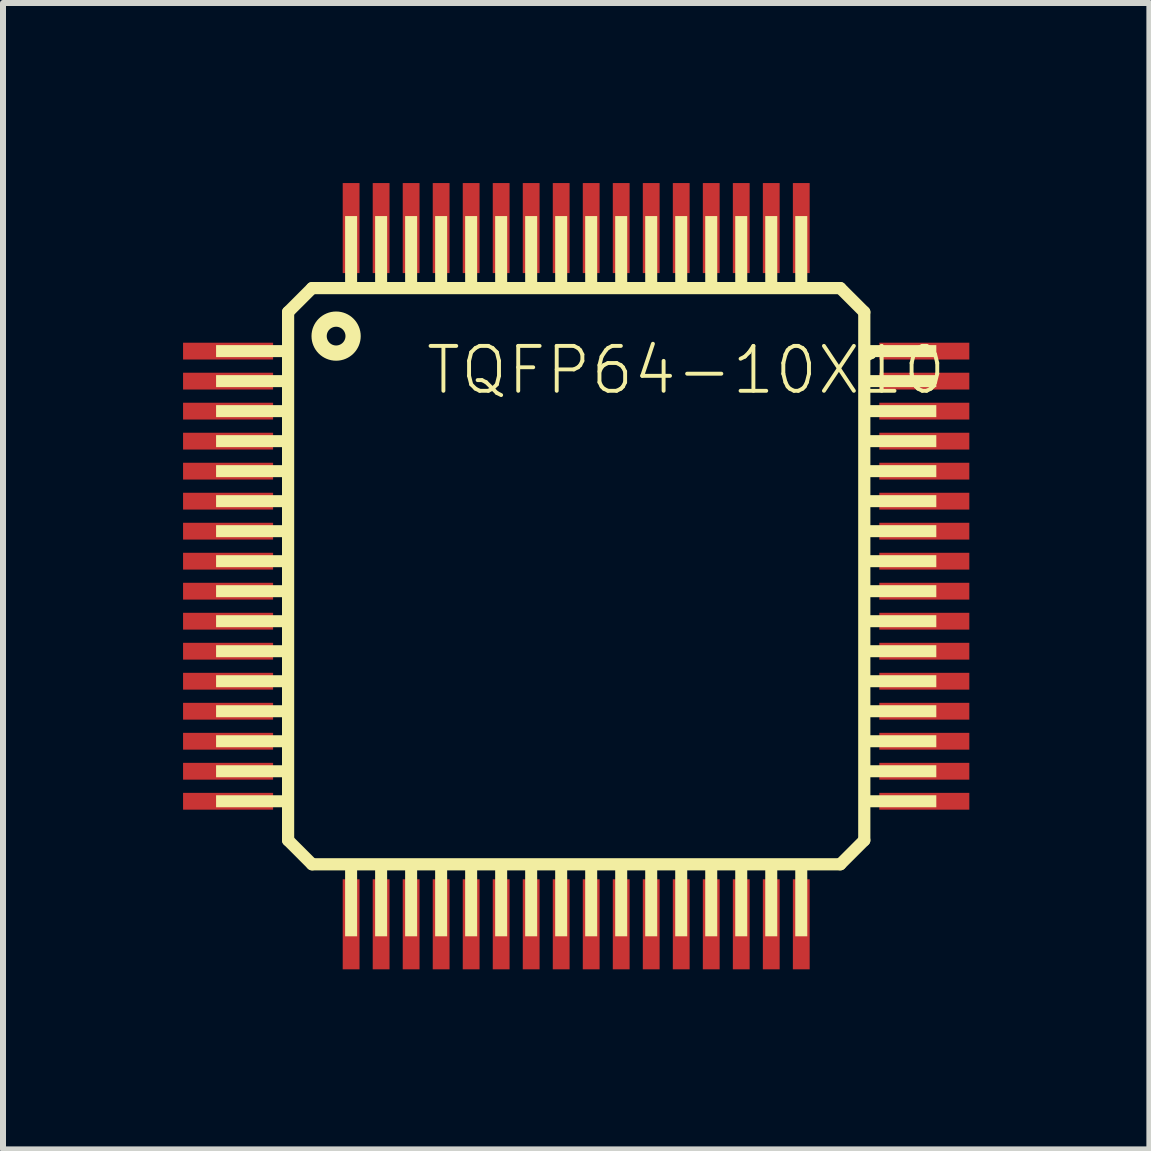
<source format=kicad_pcb>
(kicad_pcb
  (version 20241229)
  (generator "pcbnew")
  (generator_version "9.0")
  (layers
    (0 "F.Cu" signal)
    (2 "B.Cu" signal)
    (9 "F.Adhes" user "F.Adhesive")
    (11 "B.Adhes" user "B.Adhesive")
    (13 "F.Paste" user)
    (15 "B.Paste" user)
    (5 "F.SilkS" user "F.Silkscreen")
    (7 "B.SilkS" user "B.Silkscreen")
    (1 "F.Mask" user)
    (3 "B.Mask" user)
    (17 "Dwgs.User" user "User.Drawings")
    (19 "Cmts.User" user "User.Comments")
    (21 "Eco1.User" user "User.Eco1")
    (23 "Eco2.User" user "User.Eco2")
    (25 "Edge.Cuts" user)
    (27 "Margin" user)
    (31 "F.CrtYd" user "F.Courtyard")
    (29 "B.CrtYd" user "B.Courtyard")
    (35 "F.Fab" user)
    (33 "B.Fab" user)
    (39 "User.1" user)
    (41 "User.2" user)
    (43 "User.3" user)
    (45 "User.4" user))
  (footprint "TQFP64-10X10"
    (layer "F.Cu")
    (at 6.55 6.55)
    (property "Reference" "TQFP64-10X10" (at -2.54 -2.994 0) (layer "F.SilkS") (effects (font (size 0.748 0.748) (thickness 0.065)) (justify left bottom)))
    (fp_line (start -4.8 -4.4) (end -4.4 -4.8) (stroke (width 0.203) (type solid)) (layer "F.SilkS"))
    (fp_line (start -4.8 4.4) (end -4.8 -4.4) (stroke (width 0.203) (type solid)) (layer "F.SilkS"))
    (fp_line (start -4.4 -4.8) (end 4.4 -4.8) (stroke (width 0.203) (type solid)) (layer "F.SilkS"))
    (fp_line (start -4.4 4.8) (end -4.8 4.4) (stroke (width 0.203) (type solid)) (layer "F.SilkS"))
    (fp_line (start 4.4 -4.8) (end 4.8 -4.4) (stroke (width 0.203) (type solid)) (layer "F.SilkS"))
    (fp_line (start 4.4 4.8) (end -4.4 4.8) (stroke (width 0.203) (type solid)) (layer "F.SilkS"))
    (fp_line (start 4.8 -4.4) (end 4.8 4.4) (stroke (width 0.203) (type solid)) (layer "F.SilkS"))
    (fp_line (start 4.8 4.4) (end 4.4 4.8) (stroke (width 0.203) (type solid)) (layer "F.SilkS"))
    (fp_circle (center -4 -4) (end -3.717 -4) (stroke (width 0.254) (type solid)) (fill no) (layer "F.SilkS"))
    (fp_poly (pts (xy -6 -3.65) (xy -4.8 -3.65) (xy -4.8 -3.85) (xy -6 -3.85)) (stroke (width 0) (type solid)) (fill yes) (layer "F.SilkS"))
    (fp_poly (pts (xy -6 -3.15) (xy -4.8 -3.15) (xy -4.8 -3.35) (xy -6 -3.35)) (stroke (width 0) (type solid)) (fill yes) (layer "F.SilkS"))
    (fp_poly (pts (xy -6 -2.65) (xy -4.8 -2.65) (xy -4.8 -2.85) (xy -6 -2.85)) (stroke (width 0) (type solid)) (fill yes) (layer "F.SilkS"))
    (fp_poly (pts (xy -6 -2.15) (xy -4.8 -2.15) (xy -4.8 -2.35) (xy -6 -2.35)) (stroke (width 0) (type solid)) (fill yes) (layer "F.SilkS"))
    (fp_poly (pts (xy -6 -1.65) (xy -4.8 -1.65) (xy -4.8 -1.85) (xy -6 -1.85)) (stroke (width 0) (type solid)) (fill yes) (layer "F.SilkS"))
    (fp_poly (pts (xy -6 -1.15) (xy -4.8 -1.15) (xy -4.8 -1.35) (xy -6 -1.35)) (stroke (width 0) (type solid)) (fill yes) (layer "F.SilkS"))
    (fp_poly (pts (xy -6 -0.65) (xy -4.8 -0.65) (xy -4.8 -0.85) (xy -6 -0.85)) (stroke (width 0) (type solid)) (fill yes) (layer "F.SilkS"))
    (fp_poly (pts (xy -6 -0.15) (xy -4.8 -0.15) (xy -4.8 -0.35) (xy -6 -0.35)) (stroke (width 0) (type solid)) (fill yes) (layer "F.SilkS"))
    (fp_poly (pts (xy -6 0.35) (xy -4.8 0.35) (xy -4.8 0.15) (xy -6 0.15)) (stroke (width 0) (type solid)) (fill yes) (layer "F.SilkS"))
    (fp_poly (pts (xy -6 0.85) (xy -4.8 0.85) (xy -4.8 0.65) (xy -6 0.65)) (stroke (width 0) (type solid)) (fill yes) (layer "F.SilkS"))
    (fp_poly (pts (xy -6 1.35) (xy -4.8 1.35) (xy -4.8 1.15) (xy -6 1.15)) (stroke (width 0) (type solid)) (fill yes) (layer "F.SilkS"))
    (fp_poly (pts (xy -6 1.85) (xy -4.8 1.85) (xy -4.8 1.65) (xy -6 1.65)) (stroke (width 0) (type solid)) (fill yes) (layer "F.SilkS"))
    (fp_poly (pts (xy -6 2.35) (xy -4.8 2.35) (xy -4.8 2.15) (xy -6 2.15)) (stroke (width 0) (type solid)) (fill yes) (layer "F.SilkS"))
    (fp_poly (pts (xy -6 2.85) (xy -4.8 2.85) (xy -4.8 2.65) (xy -6 2.65)) (stroke (width 0) (type solid)) (fill yes) (layer "F.SilkS"))
    (fp_poly (pts (xy -6 3.35) (xy -4.8 3.35) (xy -4.8 3.15) (xy -6 3.15)) (stroke (width 0) (type solid)) (fill yes) (layer "F.SilkS"))
    (fp_poly (pts (xy -6 3.85) (xy -4.8 3.85) (xy -4.8 3.65) (xy -6 3.65)) (stroke (width 0) (type solid)) (fill yes) (layer "F.SilkS"))
    (fp_poly (pts (xy -3.85 -4.8) (xy -3.65 -4.8) (xy -3.65 -6) (xy -3.85 -6)) (stroke (width 0) (type solid)) (fill yes) (layer "F.SilkS"))
    (fp_poly (pts (xy -3.85 6) (xy -3.65 6) (xy -3.65 4.8) (xy -3.85 4.8)) (stroke (width 0) (type solid)) (fill yes) (layer "F.SilkS"))
    (fp_poly (pts (xy -3.35 -4.8) (xy -3.15 -4.8) (xy -3.15 -6) (xy -3.35 -6)) (stroke (width 0) (type solid)) (fill yes) (layer "F.SilkS"))
    (fp_poly (pts (xy -3.35 6) (xy -3.15 6) (xy -3.15 4.8) (xy -3.35 4.8)) (stroke (width 0) (type solid)) (fill yes) (layer "F.SilkS"))
    (fp_poly (pts (xy -2.85 -4.8) (xy -2.65 -4.8) (xy -2.65 -6) (xy -2.85 -6)) (stroke (width 0) (type solid)) (fill yes) (layer "F.SilkS"))
    (fp_poly (pts (xy -2.85 6) (xy -2.65 6) (xy -2.65 4.8) (xy -2.85 4.8)) (stroke (width 0) (type solid)) (fill yes) (layer "F.SilkS"))
    (fp_poly (pts (xy -2.35 -4.8) (xy -2.15 -4.8) (xy -2.15 -6) (xy -2.35 -6)) (stroke (width 0) (type solid)) (fill yes) (layer "F.SilkS"))
    (fp_poly (pts (xy -2.35 6) (xy -2.15 6) (xy -2.15 4.8) (xy -2.35 4.8)) (stroke (width 0) (type solid)) (fill yes) (layer "F.SilkS"))
    (fp_poly (pts (xy -1.85 -4.8) (xy -1.65 -4.8) (xy -1.65 -6) (xy -1.85 -6)) (stroke (width 0) (type solid)) (fill yes) (layer "F.SilkS"))
    (fp_poly (pts (xy -1.85 6) (xy -1.65 6) (xy -1.65 4.8) (xy -1.85 4.8)) (stroke (width 0) (type solid)) (fill yes) (layer "F.SilkS"))
    (fp_poly (pts (xy -1.35 -4.8) (xy -1.15 -4.8) (xy -1.15 -6) (xy -1.35 -6)) (stroke (width 0) (type solid)) (fill yes) (layer "F.SilkS"))
    (fp_poly (pts (xy -1.35 6) (xy -1.15 6) (xy -1.15 4.8) (xy -1.35 4.8)) (stroke (width 0) (type solid)) (fill yes) (layer "F.SilkS"))
    (fp_poly (pts (xy -0.85 -4.8) (xy -0.65 -4.8) (xy -0.65 -6) (xy -0.85 -6)) (stroke (width 0) (type solid)) (fill yes) (layer "F.SilkS"))
    (fp_poly (pts (xy -0.85 6) (xy -0.65 6) (xy -0.65 4.8) (xy -0.85 4.8)) (stroke (width 0) (type solid)) (fill yes) (layer "F.SilkS"))
    (fp_poly (pts (xy -0.35 -4.8) (xy -0.15 -4.8) (xy -0.15 -6) (xy -0.35 -6)) (stroke (width 0) (type solid)) (fill yes) (layer "F.SilkS"))
    (fp_poly (pts (xy -0.35 6) (xy -0.15 6) (xy -0.15 4.8) (xy -0.35 4.8)) (stroke (width 0) (type solid)) (fill yes) (layer "F.SilkS"))
    (fp_poly (pts (xy 0.15 -4.8) (xy 0.35 -4.8) (xy 0.35 -6) (xy 0.15 -6)) (stroke (width 0) (type solid)) (fill yes) (layer "F.SilkS"))
    (fp_poly (pts (xy 0.15 6) (xy 0.35 6) (xy 0.35 4.8) (xy 0.15 4.8)) (stroke (width 0) (type solid)) (fill yes) (layer "F.SilkS"))
    (fp_poly (pts (xy 0.65 -4.8) (xy 0.85 -4.8) (xy 0.85 -6) (xy 0.65 -6)) (stroke (width 0) (type solid)) (fill yes) (layer "F.SilkS"))
    (fp_poly (pts (xy 0.65 6) (xy 0.85 6) (xy 0.85 4.8) (xy 0.65 4.8)) (stroke (width 0) (type solid)) (fill yes) (layer "F.SilkS"))
    (fp_poly (pts (xy 1.15 -4.8) (xy 1.35 -4.8) (xy 1.35 -6) (xy 1.15 -6)) (stroke (width 0) (type solid)) (fill yes) (layer "F.SilkS"))
    (fp_poly (pts (xy 1.15 6) (xy 1.35 6) (xy 1.35 4.8) (xy 1.15 4.8)) (stroke (width 0) (type solid)) (fill yes) (layer "F.SilkS"))
    (fp_poly (pts (xy 1.65 -4.8) (xy 1.85 -4.8) (xy 1.85 -6) (xy 1.65 -6)) (stroke (width 0) (type solid)) (fill yes) (layer "F.SilkS"))
    (fp_poly (pts (xy 1.65 6) (xy 1.85 6) (xy 1.85 4.8) (xy 1.65 4.8)) (stroke (width 0) (type solid)) (fill yes) (layer "F.SilkS"))
    (fp_poly (pts (xy 2.15 -4.8) (xy 2.35 -4.8) (xy 2.35 -6) (xy 2.15 -6)) (stroke (width 0) (type solid)) (fill yes) (layer "F.SilkS"))
    (fp_poly (pts (xy 2.15 6) (xy 2.35 6) (xy 2.35 4.8) (xy 2.15 4.8)) (stroke (width 0) (type solid)) (fill yes) (layer "F.SilkS"))
    (fp_poly (pts (xy 2.65 -4.8) (xy 2.85 -4.8) (xy 2.85 -6) (xy 2.65 -6)) (stroke (width 0) (type solid)) (fill yes) (layer "F.SilkS"))
    (fp_poly (pts (xy 2.65 6) (xy 2.85 6) (xy 2.85 4.8) (xy 2.65 4.8)) (stroke (width 0) (type solid)) (fill yes) (layer "F.SilkS"))
    (fp_poly (pts (xy 3.15 -4.8) (xy 3.35 -4.8) (xy 3.35 -6) (xy 3.15 -6)) (stroke (width 0) (type solid)) (fill yes) (layer "F.SilkS"))
    (fp_poly (pts (xy 3.15 6) (xy 3.35 6) (xy 3.35 4.8) (xy 3.15 4.8)) (stroke (width 0) (type solid)) (fill yes) (layer "F.SilkS"))
    (fp_poly (pts (xy 3.65 -4.8) (xy 3.85 -4.8) (xy 3.85 -6) (xy 3.65 -6)) (stroke (width 0) (type solid)) (fill yes) (layer "F.SilkS"))
    (fp_poly (pts (xy 3.65 6) (xy 3.85 6) (xy 3.85 4.8) (xy 3.65 4.8)) (stroke (width 0) (type solid)) (fill yes) (layer "F.SilkS"))
    (fp_poly (pts (xy 4.8 -3.65) (xy 6 -3.65) (xy 6 -3.85) (xy 4.8 -3.85)) (stroke (width 0) (type solid)) (fill yes) (layer "F.SilkS"))
    (fp_poly (pts (xy 4.8 -3.15) (xy 6 -3.15) (xy 6 -3.35) (xy 4.8 -3.35)) (stroke (width 0) (type solid)) (fill yes) (layer "F.SilkS"))
    (fp_poly (pts (xy 4.8 -2.65) (xy 6 -2.65) (xy 6 -2.85) (xy 4.8 -2.85)) (stroke (width 0) (type solid)) (fill yes) (layer "F.SilkS"))
    (fp_poly (pts (xy 4.8 -2.15) (xy 6 -2.15) (xy 6 -2.35) (xy 4.8 -2.35)) (stroke (width 0) (type solid)) (fill yes) (layer "F.SilkS"))
    (fp_poly (pts (xy 4.8 -1.65) (xy 6 -1.65) (xy 6 -1.85) (xy 4.8 -1.85)) (stroke (width 0) (type solid)) (fill yes) (layer "F.SilkS"))
    (fp_poly (pts (xy 4.8 -1.15) (xy 6 -1.15) (xy 6 -1.35) (xy 4.8 -1.35)) (stroke (width 0) (type solid)) (fill yes) (layer "F.SilkS"))
    (fp_poly (pts (xy 4.8 -0.65) (xy 6 -0.65) (xy 6 -0.85) (xy 4.8 -0.85)) (stroke (width 0) (type solid)) (fill yes) (layer "F.SilkS"))
    (fp_poly (pts (xy 4.8 -0.15) (xy 6 -0.15) (xy 6 -0.35) (xy 4.8 -0.35)) (stroke (width 0) (type solid)) (fill yes) (layer "F.SilkS"))
    (fp_poly (pts (xy 4.8 0.35) (xy 6 0.35) (xy 6 0.15) (xy 4.8 0.15)) (stroke (width 0) (type solid)) (fill yes) (layer "F.SilkS"))
    (fp_poly (pts (xy 4.8 0.85) (xy 6 0.85) (xy 6 0.65) (xy 4.8 0.65)) (stroke (width 0) (type solid)) (fill yes) (layer "F.SilkS"))
    (fp_poly (pts (xy 4.8 1.35) (xy 6 1.35) (xy 6 1.15) (xy 4.8 1.15)) (stroke (width 0) (type solid)) (fill yes) (layer "F.SilkS"))
    (fp_poly (pts (xy 4.8 1.85) (xy 6 1.85) (xy 6 1.65) (xy 4.8 1.65)) (stroke (width 0) (type solid)) (fill yes) (layer "F.SilkS"))
    (fp_poly (pts (xy 4.8 2.35) (xy 6 2.35) (xy 6 2.15) (xy 4.8 2.15)) (stroke (width 0) (type solid)) (fill yes) (layer "F.SilkS"))
    (fp_poly (pts (xy 4.8 2.85) (xy 6 2.85) (xy 6 2.65) (xy 4.8 2.65)) (stroke (width 0) (type solid)) (fill yes) (layer "F.SilkS"))
    (fp_poly (pts (xy 4.8 3.35) (xy 6 3.35) (xy 6 3.15) (xy 4.8 3.15)) (stroke (width 0) (type solid)) (fill yes) (layer "F.SilkS"))
    (fp_poly (pts (xy 4.8 3.85) (xy 6 3.85) (xy 6 3.65) (xy 4.8 3.65)) (stroke (width 0) (type solid)) (fill yes) (layer "F.SilkS"))
    (pad "1" smd rect (at -5.8 -3.75) (size 1.5 0.28) (layers "F.Cu" "F.Mask" "F.Paste"))
    (pad "2" smd rect (at -5.8 -3.25) (size 1.5 0.28) (layers "F.Cu" "F.Mask" "F.Paste"))
    (pad "3" smd rect (at -5.8 -2.75) (size 1.5 0.28) (layers "F.Cu" "F.Mask" "F.Paste"))
    (pad "4" smd rect (at -5.8 -2.25) (size 1.5 0.28) (layers "F.Cu" "F.Mask" "F.Paste"))
    (pad "5" smd rect (at -5.8 -1.75) (size 1.5 0.28) (layers "F.Cu" "F.Mask" "F.Paste"))
    (pad "6" smd rect (at -5.8 -1.25) (size 1.5 0.28) (layers "F.Cu" "F.Mask" "F.Paste"))
    (pad "7" smd rect (at -5.8 -0.75) (size 1.5 0.28) (layers "F.Cu" "F.Mask" "F.Paste"))
    (pad "8" smd rect (at -5.8 -0.25) (size 1.5 0.28) (layers "F.Cu" "F.Mask" "F.Paste"))
    (pad "9" smd rect (at -5.8 0.25) (size 1.5 0.28) (layers "F.Cu" "F.Mask" "F.Paste"))
    (pad "10" smd rect (at -5.8 0.75) (size 1.5 0.28) (layers "F.Cu" "F.Mask" "F.Paste"))
    (pad "11" smd rect (at -5.8 1.25) (size 1.5 0.28) (layers "F.Cu" "F.Mask" "F.Paste"))
    (pad "12" smd rect (at -5.8 1.75) (size 1.5 0.28) (layers "F.Cu" "F.Mask" "F.Paste"))
    (pad "13" smd rect (at -5.8 2.25) (size 1.5 0.28) (layers "F.Cu" "F.Mask" "F.Paste"))
    (pad "14" smd rect (at -5.8 2.75) (size 1.5 0.28) (layers "F.Cu" "F.Mask" "F.Paste"))
    (pad "15" smd rect (at -5.8 3.25) (size 1.5 0.28) (layers "F.Cu" "F.Mask" "F.Paste"))
    (pad "16" smd rect (at -5.8 3.75) (size 1.5 0.28) (layers "F.Cu" "F.Mask" "F.Paste"))
    (pad "17" smd rect (at -3.75 5.8) (size 0.28 1.5) (layers "F.Cu" "F.Mask" "F.Paste"))
    (pad "18" smd rect (at -3.25 5.8) (size 0.28 1.5) (layers "F.Cu" "F.Mask" "F.Paste"))
    (pad "19" smd rect (at -2.75 5.8) (size 0.28 1.5) (layers "F.Cu" "F.Mask" "F.Paste"))
    (pad "20" smd rect (at -2.25 5.8) (size 0.28 1.5) (layers "F.Cu" "F.Mask" "F.Paste"))
    (pad "21" smd rect (at -1.75 5.8) (size 0.28 1.5) (layers "F.Cu" "F.Mask" "F.Paste"))
    (pad "22" smd rect (at -1.25 5.8) (size 0.28 1.5) (layers "F.Cu" "F.Mask" "F.Paste"))
    (pad "23" smd rect (at -0.75 5.8) (size 0.28 1.5) (layers "F.Cu" "F.Mask" "F.Paste"))
    (pad "24" smd rect (at -0.25 5.8) (size 0.28 1.5) (layers "F.Cu" "F.Mask" "F.Paste"))
    (pad "25" smd rect (at 0.25 5.8) (size 0.28 1.5) (layers "F.Cu" "F.Mask" "F.Paste"))
    (pad "26" smd rect (at 0.75 5.8) (size 0.28 1.5) (layers "F.Cu" "F.Mask" "F.Paste"))
    (pad "27" smd rect (at 1.25 5.8) (size 0.28 1.5) (layers "F.Cu" "F.Mask" "F.Paste"))
    (pad "28" smd rect (at 1.75 5.8) (size 0.28 1.5) (layers "F.Cu" "F.Mask" "F.Paste"))
    (pad "29" smd rect (at 2.25 5.8) (size 0.28 1.5) (layers "F.Cu" "F.Mask" "F.Paste"))
    (pad "30" smd rect (at 2.75 5.8) (size 0.28 1.5) (layers "F.Cu" "F.Mask" "F.Paste"))
    (pad "31" smd rect (at 3.25 5.8) (size 0.28 1.5) (layers "F.Cu" "F.Mask" "F.Paste"))
    (pad "32" smd rect (at 3.75 5.8) (size 0.28 1.5) (layers "F.Cu" "F.Mask" "F.Paste"))
    (pad "33" smd rect (at 5.8 3.75) (size 1.5 0.28) (layers "F.Cu" "F.Mask" "F.Paste"))
    (pad "34" smd rect (at 5.8 3.25) (size 1.5 0.28) (layers "F.Cu" "F.Mask" "F.Paste"))
    (pad "35" smd rect (at 5.8 2.75) (size 1.5 0.28) (layers "F.Cu" "F.Mask" "F.Paste"))
    (pad "36" smd rect (at 5.8 2.25) (size 1.5 0.28) (layers "F.Cu" "F.Mask" "F.Paste"))
    (pad "37" smd rect (at 5.8 1.75) (size 1.5 0.28) (layers "F.Cu" "F.Mask" "F.Paste"))
    (pad "38" smd rect (at 5.8 1.25) (size 1.5 0.28) (layers "F.Cu" "F.Mask" "F.Paste"))
    (pad "39" smd rect (at 5.8 0.75) (size 1.5 0.28) (layers "F.Cu" "F.Mask" "F.Paste"))
    (pad "40" smd rect (at 5.8 0.25) (size 1.5 0.28) (layers "F.Cu" "F.Mask" "F.Paste"))
    (pad "41" smd rect (at 5.8 -0.25) (size 1.5 0.28) (layers "F.Cu" "F.Mask" "F.Paste"))
    (pad "42" smd rect (at 5.8 -0.75) (size 1.5 0.28) (layers "F.Cu" "F.Mask" "F.Paste"))
    (pad "43" smd rect (at 5.8 -1.25) (size 1.5 0.28) (layers "F.Cu" "F.Mask" "F.Paste"))
    (pad "44" smd rect (at 5.8 -1.75) (size 1.5 0.28) (layers "F.Cu" "F.Mask" "F.Paste"))
    (pad "45" smd rect (at 5.8 -2.25) (size 1.5 0.28) (layers "F.Cu" "F.Mask" "F.Paste"))
    (pad "46" smd rect (at 5.8 -2.75) (size 1.5 0.28) (layers "F.Cu" "F.Mask" "F.Paste"))
    (pad "47" smd rect (at 5.8 -3.25) (size 1.5 0.28) (layers "F.Cu" "F.Mask" "F.Paste"))
    (pad "48" smd rect (at 5.8 -3.75) (size 1.5 0.28) (layers "F.Cu" "F.Mask" "F.Paste"))
    (pad "49" smd rect (at 3.75 -5.8) (size 0.28 1.5) (layers "F.Cu" "F.Mask" "F.Paste"))
    (pad "50" smd rect (at 3.25 -5.8) (size 0.28 1.5) (layers "F.Cu" "F.Mask" "F.Paste"))
    (pad "51" smd rect (at 2.75 -5.8) (size 0.28 1.5) (layers "F.Cu" "F.Mask" "F.Paste"))
    (pad "52" smd rect (at 2.25 -5.8) (size 0.28 1.5) (layers "F.Cu" "F.Mask" "F.Paste"))
    (pad "53" smd rect (at 1.75 -5.8) (size 0.28 1.5) (layers "F.Cu" "F.Mask" "F.Paste"))
    (pad "54" smd rect (at 1.25 -5.8) (size 0.28 1.5) (layers "F.Cu" "F.Mask" "F.Paste"))
    (pad "55" smd rect (at 0.75 -5.8) (size 0.28 1.5) (layers "F.Cu" "F.Mask" "F.Paste"))
    (pad "56" smd rect (at 0.25 -5.8) (size 0.28 1.5) (layers "F.Cu" "F.Mask" "F.Paste"))
    (pad "57" smd rect (at -0.25 -5.8) (size 0.28 1.5) (layers "F.Cu" "F.Mask" "F.Paste"))
    (pad "58" smd rect (at -0.75 -5.8) (size 0.28 1.5) (layers "F.Cu" "F.Mask" "F.Paste"))
    (pad "59" smd rect (at -1.25 -5.8) (size 0.28 1.5) (layers "F.Cu" "F.Mask" "F.Paste"))
    (pad "60" smd rect (at -1.75 -5.8) (size 0.28 1.5) (layers "F.Cu" "F.Mask" "F.Paste"))
    (pad "61" smd rect (at -2.25 -5.8) (size 0.28 1.5) (layers "F.Cu" "F.Mask" "F.Paste"))
    (pad "62" smd rect (at -2.75 -5.8) (size 0.28 1.5) (layers "F.Cu" "F.Mask" "F.Paste"))
    (pad "63" smd rect (at -3.25 -5.8) (size 0.28 1.5) (layers "F.Cu" "F.Mask" "F.Paste"))
    (pad "64" smd rect (at -3.75 -5.8) (size 0.28 1.5) (layers "F.Cu" "F.Mask" "F.Paste")))
  (gr_rect
    (start -3 -3)
    (end 16.1 16.1)
    (stroke (width 0.1) (type default))
    (fill no)
    (layer "Edge.Cuts")))
</source>
